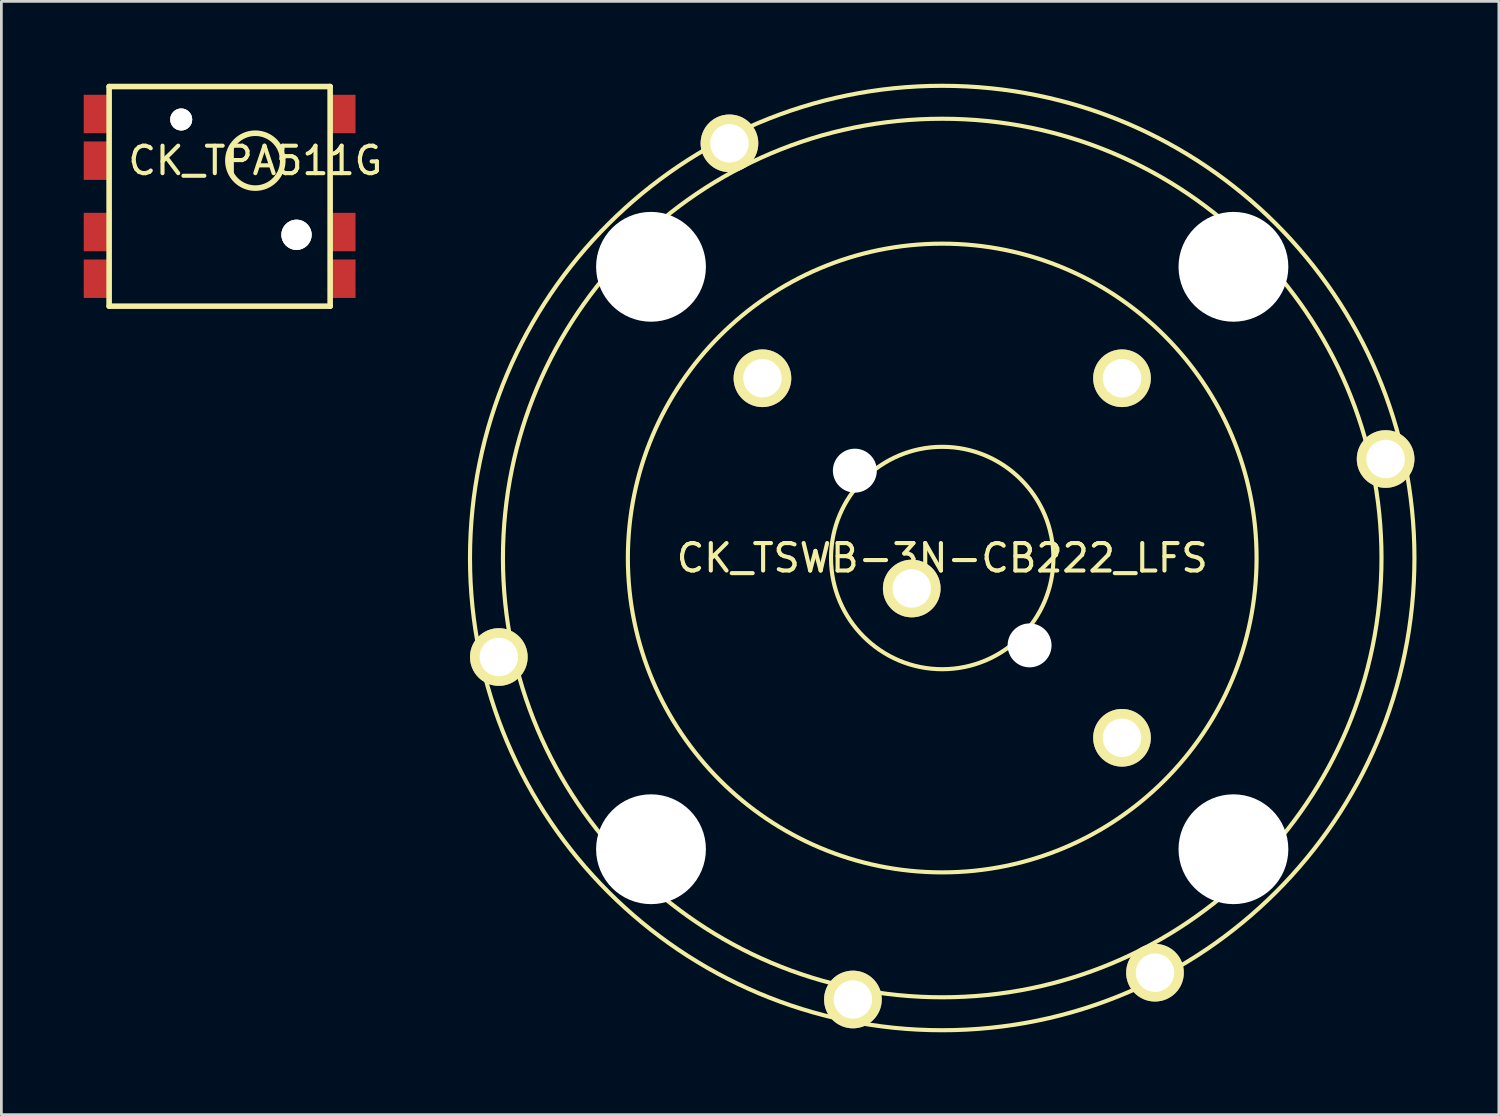
<source format=kicad_pcb>
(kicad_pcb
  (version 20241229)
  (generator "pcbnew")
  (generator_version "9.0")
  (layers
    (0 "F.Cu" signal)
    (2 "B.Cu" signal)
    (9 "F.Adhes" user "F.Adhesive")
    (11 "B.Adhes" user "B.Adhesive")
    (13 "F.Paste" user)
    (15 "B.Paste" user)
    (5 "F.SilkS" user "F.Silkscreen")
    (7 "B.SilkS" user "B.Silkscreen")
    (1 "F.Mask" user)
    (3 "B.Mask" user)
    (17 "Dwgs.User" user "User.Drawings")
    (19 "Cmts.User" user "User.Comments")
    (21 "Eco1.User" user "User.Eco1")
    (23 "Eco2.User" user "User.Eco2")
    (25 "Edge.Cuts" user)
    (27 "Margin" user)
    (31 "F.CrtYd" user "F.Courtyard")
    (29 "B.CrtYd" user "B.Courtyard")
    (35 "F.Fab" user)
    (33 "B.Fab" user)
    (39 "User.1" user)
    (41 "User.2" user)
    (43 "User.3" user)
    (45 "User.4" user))
  (footprint "CK_TPA511G"
    (layer "F.Cu")
    (at 6.25 2.802)
    (property "Reference" "CK_TPA511G" (at 0 0 0) (layer "F.SilkS") (effects (font (size 1 1) (thickness 0.15))))
    (attr through_hole)
    (fp_line (start -5.325 -2.7) (end 2.725 -2.7) (stroke (width 0.203) (type solid)) (layer "F.SilkS"))
    (fp_line (start -5.325 5.3) (end -5.325 -2.7) (stroke (width 0.203) (type solid)) (layer "F.SilkS"))
    (fp_line (start 2.725 -2.7) (end 2.725 5.3) (stroke (width 0.203) (type solid)) (layer "F.SilkS"))
    (fp_line (start 2.725 5.3) (end -5.325 5.3) (stroke (width 0.203) (type solid)) (layer "F.SilkS"))
    (fp_circle (center 0 0) (end 1 0) (stroke (width 0.203) (type solid)) (fill no) (layer "F.SilkS"))
    (pad "" np_thru_hole circle (at -2.7 -1.5) (size 0.8 0.8) (drill 0.8) (layers "*.Cu" "*.SilkS" "*.Mask"))
    (pad "" np_thru_hole circle (at 1.5 2.7) (size 1.1 1.1) (drill 1.1) (layers "*.Cu" "*.SilkS" "*.Mask"))
    (pad "1" smd rect (at -5.75 4.3) (size 1 1.4) (layers "F.Cu" "F.Mask" "F.Paste"))
    (pad "2" smd rect (at -5.75 2.6) (size 1 1.4) (layers "F.Cu" "F.Mask" "F.Paste"))
    (pad "3" smd rect (at 3.15 2.6) (size 1 1.4) (layers "F.Cu" "F.Mask" "F.Paste"))
    (pad "4" smd rect (at 3.15 4.3) (size 1 1.4) (layers "F.Cu" "F.Mask" "F.Paste"))
    (pad "5" smd rect (at 3.15 -1.7) (size 1 1.4) (layers "F.Cu" "F.Mask" "F.Paste"))
    (pad "6" smd rect (at -5.75 0) (size 1 1.4) (layers "F.Cu" "F.Mask" "F.Paste"))
    (pad "7" smd rect (at -5.75 -1.7) (size 1 1.4) (layers "F.Cu" "F.Mask" "F.Paste")))
  (footprint "CK_TSWB-3N-CB222_LFS"
    (layer "F.Cu")
    (at 31.269 17.275)
    (property "Reference" "CK_TSWB-3N-CB222_LFS" (at 0 0 0) (layer "F.SilkS") (effects (font (size 1 1) (thickness 0.15))))
    (attr through_hole)
    (fp_circle (center 0 0) (end 4.05 0) (stroke (width 0.15) (type solid)) (fill no) (layer "F.SilkS"))
    (fp_circle (center 0 0) (end 11.45 0) (stroke (width 0.15) (type solid)) (fill no) (layer "F.SilkS"))
    (fp_circle (center 0 0) (end 16 0) (stroke (width 0.15) (type solid)) (fill no) (layer "F.SilkS"))
    (fp_circle (center 0 0) (end 17.2 0) (stroke (width 0.15) (type solid)) (fill no) (layer "F.SilkS"))
    (pad "" np_thru_hole circle (at -10.607 -10.607) (size 4 4) (drill 4) (layers "*.Cu" "*.Mask"))
    (pad "" np_thru_hole circle (at -10.607 10.607) (size 4 4) (drill 4) (layers "*.Cu" "*.Mask"))
    (pad "" np_thru_hole circle (at -3.182 -3.182) (size 1.6 1.6) (drill 1.6) (layers "*.Cu" "*.Mask"))
    (pad "" np_thru_hole circle (at 3.182 3.182) (size 1.6 1.6) (drill 1.6) (layers "*.Cu" "*.Mask"))
    (pad "" np_thru_hole circle (at 10.607 -10.607) (size 4 4) (drill 4) (layers "*.Cu" "*.Mask"))
    (pad "" np_thru_hole circle (at 10.607 10.607) (size 4 4) (drill 4) (layers "*.Cu" "*.Mask"))
    (pad "A" thru_hole circle (at 6.548 6.548) (size 2.1 2.1) (drill 1.4) (layers "*.Cu" "*.Mask" "F.SilkS"))
    (pad "B" thru_hole circle (at 6.548 -6.548) (size 2.1 2.1) (drill 1.4) (layers "*.Cu" "*.Mask" "F.SilkS"))
    (pad "CA" thru_hole circle (at -6.548 -6.548) (size 2.1 2.1) (drill 1.4) (layers "*.Cu" "*.Mask" "F.SilkS"))
    (pad "CB" thru_hole circle (at -3.253 16.08) (size 2.1 2.1) (drill 1.4) (layers "*.Cu" "*.Mask" "F.SilkS"))
    (pad "S1" thru_hole circle (at -1.11 1.11) (size 2.1 2.1) (drill 1.4) (layers "*.Cu" "*.Mask" "F.SilkS"))
    (pad "S2" thru_hole circle (at 7.75 15.104) (size 2.1 2.1) (drill 1.4) (layers "*.Cu" "*.Mask" "F.SilkS"))
    (pad "S3" thru_hole circle (at 16.15 -3.606) (size 2.1 2.1) (drill 1.4) (layers "*.Cu" "*.Mask" "F.SilkS"))
    (pad "S4" thru_hole circle (at -7.75 -15.104) (size 2.1 2.1) (drill 1.4) (layers "*.Cu" "*.Mask" "F.SilkS"))
    (pad "S5" thru_hole circle (at -16.15 3.606) (size 2.1 2.1) (drill 1.4) (layers "*.Cu" "*.Mask" "F.SilkS")))
  (gr_rect
    (start -3 -3)
    (end 51.544 37.55)
    (stroke (width 0.1) (type default))
    (fill no)
    (layer "Edge.Cuts")))
</source>
